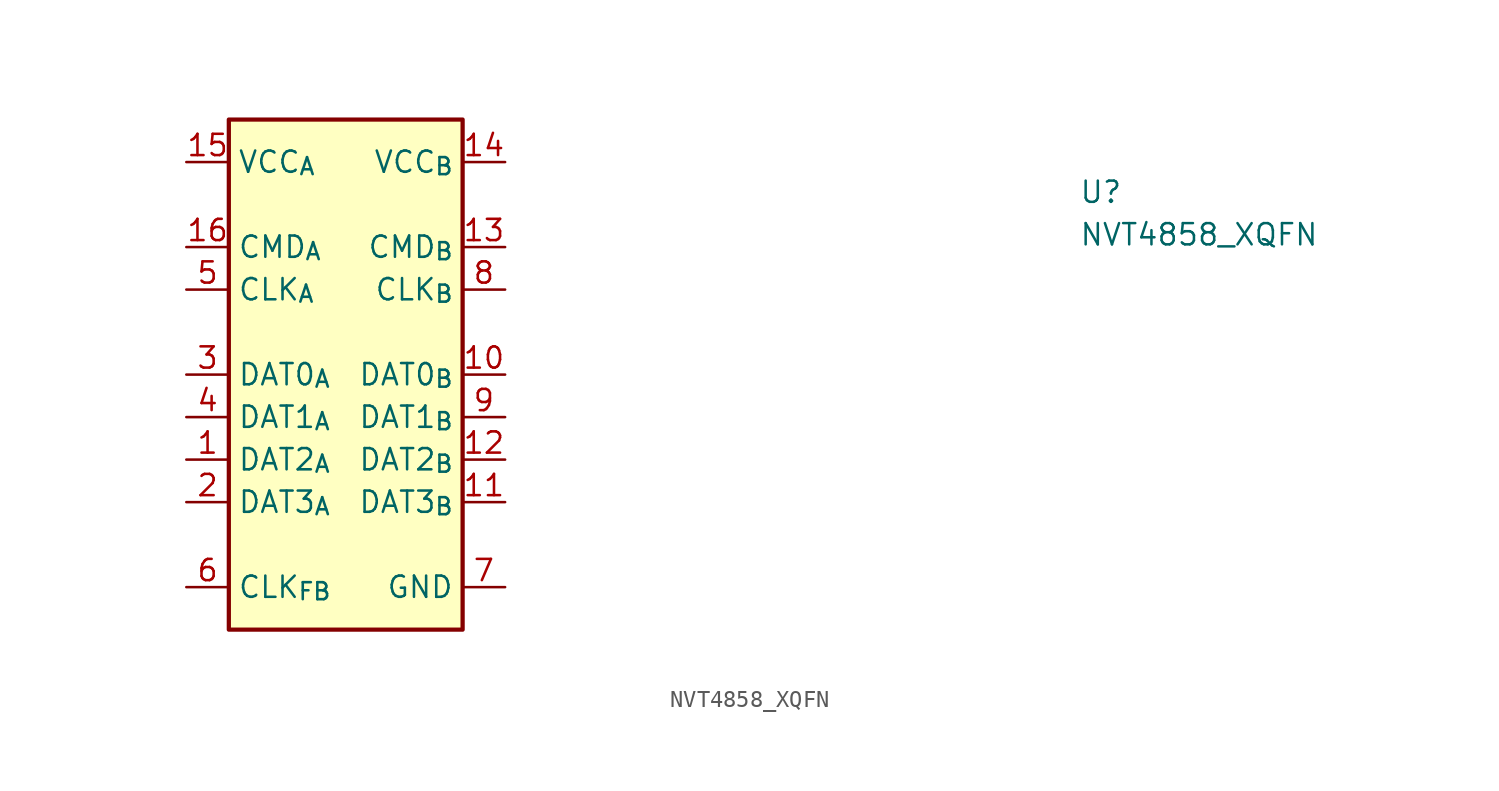
<source format=kicad_sym>
(kicad_symbol_lib
  (version 20211014)
  (generator kicad_symbol_editor)
  (symbol "NVT4858_XQFN"
    (property "Reference" "U"
      (at 53.34 -2.54 0)
      (effects (font (size 1.27 1.27) (thickness 0.15)) (justify left bottom)))
    (property "Value" "NVT4858_XQFN"
      (at 53.34 -5.08 0)
      (effects (font (size 1.27 1.27) (thickness 0.15)) (justify left bottom)))
    (symbol "NVT4858_XQFN_1_1"
      (rectangle (start 2.54 2.54) (end 16.51 -27.94) (stroke (width 0.254) (type default) (color 0 0 0 0)) (fill (type background)))
      (pin bidirectional line (at 0 -17.78 0) (length 2.54) (name "DAT2_{A}" (effects (font (size 1.27 1.27)))) (number "1" (effects (font (size 1.27 1.27)))))
      (pin bidirectional line (at 19.05 -12.7 180) (length 2.54) (name "DAT0_{B}" (effects (font (size 1.27 1.27)))) (number "10" (effects (font (size 1.27 1.27)))))
      (pin bidirectional line (at 19.05 -20.32 180) (length 2.54) (name "DAT3_{B}" (effects (font (size 1.27 1.27)))) (number "11" (effects (font (size 1.27 1.27)))))
      (pin bidirectional line (at 19.05 -17.78 180) (length 2.54) (name "DAT2_{B}" (effects (font (size 1.27 1.27)))) (number "12" (effects (font (size 1.27 1.27)))))
      (pin bidirectional line (at 19.05 -5.08 180) (length 2.54) (name "CMD_{B}" (effects (font (size 1.27 1.27)))) (number "13" (effects (font (size 1.27 1.27)))))
      (pin power_in line (at 19.05 0 180) (length 2.54) (name "VCC_{B}" (effects (font (size 1.27 1.27)))) (number "14" (effects (font (size 1.27 1.27)))))
      (pin power_in line (at 0 0 0) (length 2.54) (name "VCC_{A}" (effects (font (size 1.27 1.27)))) (number "15" (effects (font (size 1.27 1.27)))))
      (pin bidirectional line (at 0 -5.08 0) (length 2.54) (name "CMD_{A}" (effects (font (size 1.27 1.27)))) (number "16" (effects (font (size 1.27 1.27)))))
      (pin bidirectional line (at 0 -20.32 0) (length 2.54) (name "DAT3_{A}" (effects (font (size 1.27 1.27)))) (number "2" (effects (font (size 1.27 1.27)))))
      (pin bidirectional line (at 0 -12.7 0) (length 2.54) (name "DAT0_{A}" (effects (font (size 1.27 1.27)))) (number "3" (effects (font (size 1.27 1.27)))))
      (pin bidirectional line (at 0 -15.24 0) (length 2.54) (name "DAT1_{A}" (effects (font (size 1.27 1.27)))) (number "4" (effects (font (size 1.27 1.27)))))
      (pin input line (at 0 -7.62 0) (length 2.54) (name "CLK_{A}" (effects (font (size 1.27 1.27)))) (number "5" (effects (font (size 1.27 1.27)))))
      (pin output line (at 0 -25.4 0) (length 2.54) (name "CLK_{FB}" (effects (font (size 1.27 1.27)))) (number "6" (effects (font (size 1.27 1.27)))))
      (pin power_in line (at 19.05 -25.4 180) (length 2.54) (name "GND" (effects (font (size 1.27 1.27)))) (number "7" (effects (font (size 1.27 1.27)))))
      (pin output line (at 19.05 -7.62 180) (length 2.54) (name "CLK_{B}" (effects (font (size 1.27 1.27)))) (number "8" (effects (font (size 1.27 1.27)))))
      (pin bidirectional line (at 19.05 -15.24 180) (length 2.54) (name "DAT1_{B}" (effects (font (size 1.27 1.27)))) (number "9" (effects (font (size 1.27 1.27))))))))
</source>
